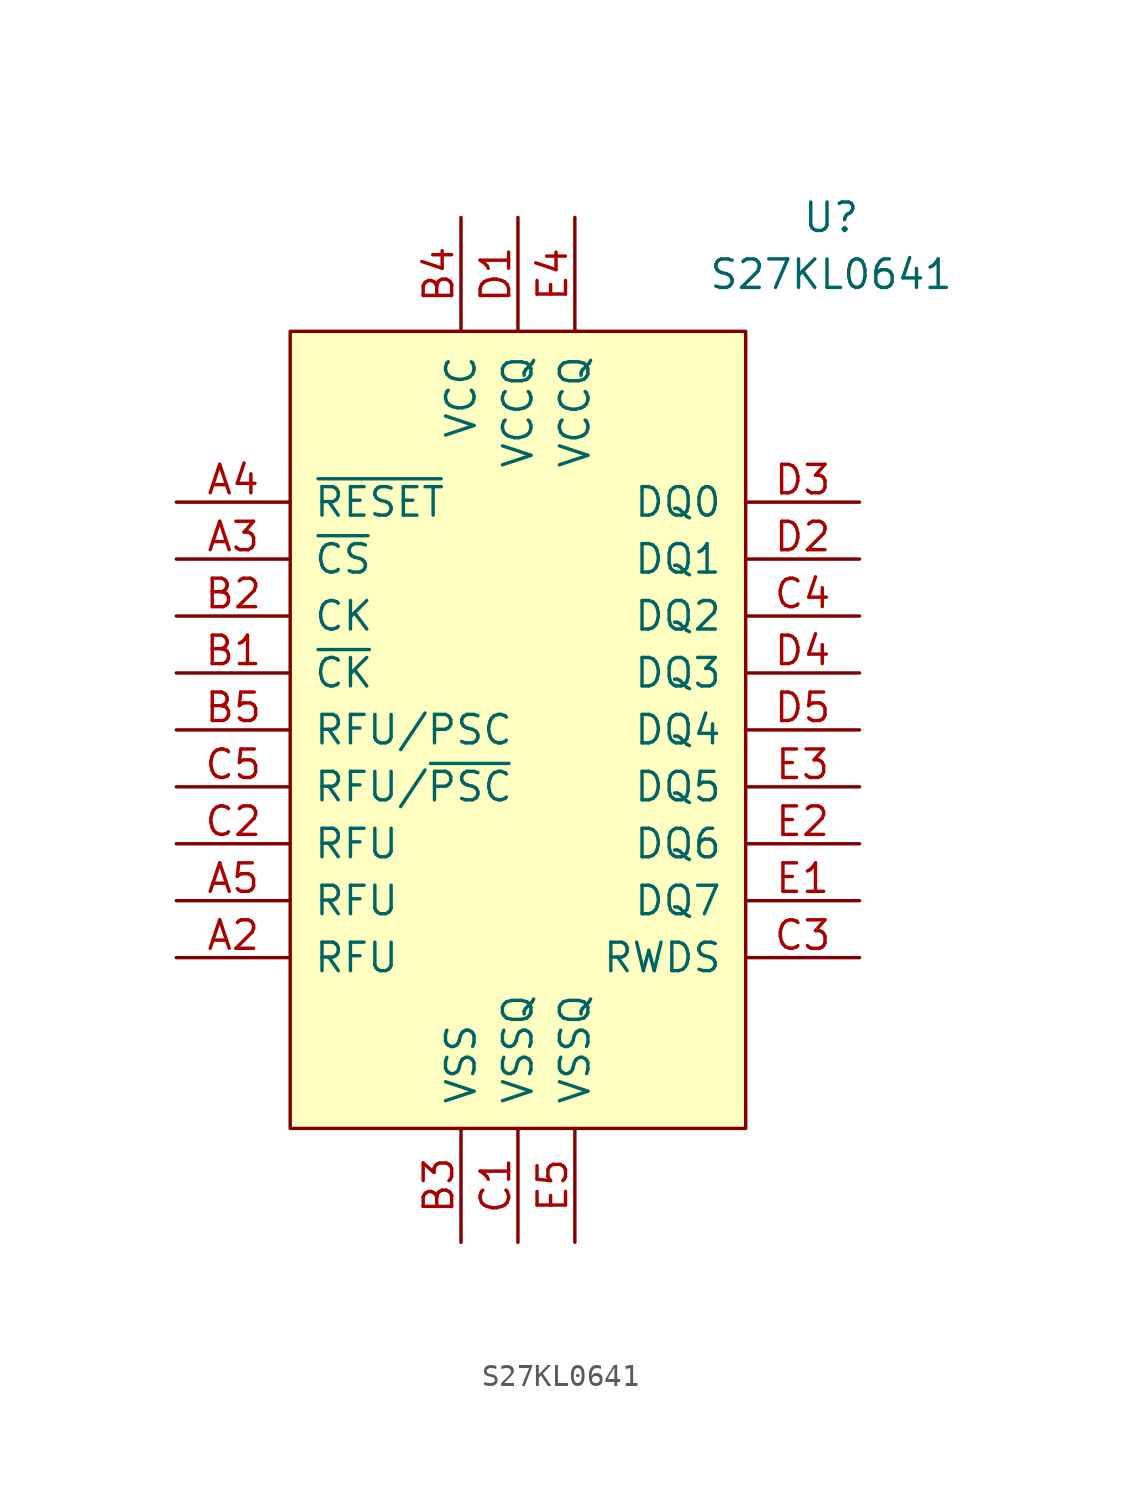
<source format=kicad_sym>
(kicad_symbol_lib
  (version 20220914)
  (generator kicad_symbol_editor)
  (symbol "S27KL0641"
    (pin_names
      (offset 1.016))
    (property "Reference" "U"
      (at 13.97 25.4 0)
      (effects (font (size 1.27 1.27))))
    (property "Value" "S27KL0641"
      (at 13.97 22.86 0)
      (effects (font (size 1.27 1.27))))
    (symbol "S27KL0641_1_1"
      (rectangle (start -10.16 20.32) (end 10.16 -15.24) (stroke (width 0) (type default)) (fill (type background)))
      (pin passive line (at -15.24 -7.62 0) (length 5.08) (name "RFU" (effects (font (size 1.27 1.27)))) (number "A2" (effects (font (size 1.27 1.27)))))
      (pin input line (at -15.24 10.16 0) (length 5.08) (name "~{CS}" (effects (font (size 1.27 1.27)))) (number "A3" (effects (font (size 1.27 1.27)))))
      (pin input line (at -15.24 12.7 0) (length 5.08) (name "~{RESET}" (effects (font (size 1.27 1.27)))) (number "A4" (effects (font (size 1.27 1.27)))))
      (pin passive line (at -15.24 -5.08 0) (length 5.08) (name "RFU" (effects (font (size 1.27 1.27)))) (number "A5" (effects (font (size 1.27 1.27)))))
      (pin input line (at -15.24 5.08 0) (length 5.08) (name "~{CK}" (effects (font (size 1.27 1.27)))) (number "B1" (effects (font (size 1.27 1.27)))))
      (pin input line (at -15.24 7.62 0) (length 5.08) (name "CK" (effects (font (size 1.27 1.27)))) (number "B2" (effects (font (size 1.27 1.27)))))
      (pin power_in line (at -2.54 -20.32 90) (length 5.08) (name "VSS" (effects (font (size 1.27 1.27)))) (number "B3" (effects (font (size 1.27 1.27)))))
      (pin power_in line (at -2.54 25.4 270) (length 5.08) (name "VCC" (effects (font (size 1.27 1.27)))) (number "B4" (effects (font (size 1.27 1.27)))))
      (pin input line (at -15.24 2.54 0) (length 5.08) (name "RFU/PSC" (effects (font (size 1.27 1.27)))) (number "B5" (effects (font (size 1.27 1.27)))))
      (pin power_in line (at 0 -20.32 90) (length 5.08) (name "VSSQ" (effects (font (size 1.27 1.27)))) (number "C1" (effects (font (size 1.27 1.27)))))
      (pin passive line (at -15.24 -2.54 0) (length 5.08) (name "RFU" (effects (font (size 1.27 1.27)))) (number "C2" (effects (font (size 1.27 1.27)))))
      (pin bidirectional line (at 15.24 -7.62 180) (length 5.08) (name "RWDS" (effects (font (size 1.27 1.27)))) (number "C3" (effects (font (size 1.27 1.27)))))
      (pin bidirectional line (at 15.24 7.62 180) (length 5.08) (name "DQ2" (effects (font (size 1.27 1.27)))) (number "C4" (effects (font (size 1.27 1.27)))))
      (pin input line (at -15.24 0 0) (length 5.08) (name "RFU/~{PSC}" (effects (font (size 1.27 1.27)))) (number "C5" (effects (font (size 1.27 1.27)))))
      (pin power_in line (at 0 25.4 270) (length 5.08) (name "VCCQ" (effects (font (size 1.27 1.27)))) (number "D1" (effects (font (size 1.27 1.27)))))
      (pin bidirectional line (at 15.24 10.16 180) (length 5.08) (name "DQ1" (effects (font (size 1.27 1.27)))) (number "D2" (effects (font (size 1.27 1.27)))))
      (pin bidirectional line (at 15.24 12.7 180) (length 5.08) (name "DQ0" (effects (font (size 1.27 1.27)))) (number "D3" (effects (font (size 1.27 1.27)))))
      (pin bidirectional line (at 15.24 5.08 180) (length 5.08) (name "DQ3" (effects (font (size 1.27 1.27)))) (number "D4" (effects (font (size 1.27 1.27)))))
      (pin bidirectional line (at 15.24 2.54 180) (length 5.08) (name "DQ4" (effects (font (size 1.27 1.27)))) (number "D5" (effects (font (size 1.27 1.27)))))
      (pin bidirectional line (at 15.24 -5.08 180) (length 5.08) (name "DQ7" (effects (font (size 1.27 1.27)))) (number "E1" (effects (font (size 1.27 1.27)))))
      (pin bidirectional line (at 15.24 -2.54 180) (length 5.08) (name "DQ6" (effects (font (size 1.27 1.27)))) (number "E2" (effects (font (size 1.27 1.27)))))
      (pin bidirectional line (at 15.24 0 180) (length 5.08) (name "DQ5" (effects (font (size 1.27 1.27)))) (number "E3" (effects (font (size 1.27 1.27)))))
      (pin power_in line (at 2.54 25.4 270) (length 5.08) (name "VCCQ" (effects (font (size 1.27 1.27)))) (number "E4" (effects (font (size 1.27 1.27)))))
      (pin power_in line (at 2.54 -20.32 90) (length 5.08) (name "VSSQ" (effects (font (size 1.27 1.27)))) (number "E5" (effects (font (size 1.27 1.27))))))))
</source>
